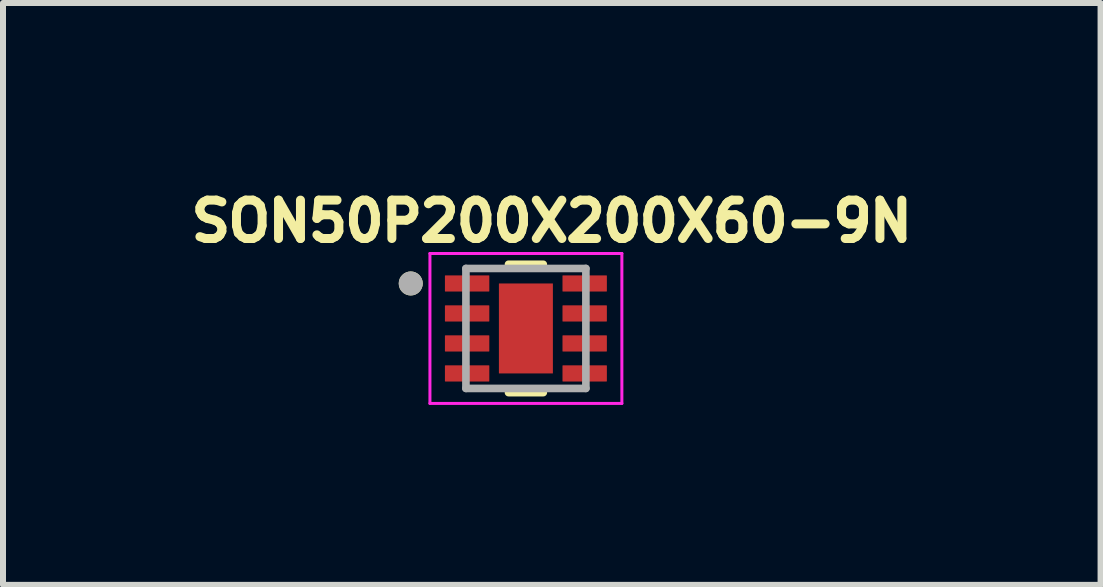
<source format=kicad_pcb>
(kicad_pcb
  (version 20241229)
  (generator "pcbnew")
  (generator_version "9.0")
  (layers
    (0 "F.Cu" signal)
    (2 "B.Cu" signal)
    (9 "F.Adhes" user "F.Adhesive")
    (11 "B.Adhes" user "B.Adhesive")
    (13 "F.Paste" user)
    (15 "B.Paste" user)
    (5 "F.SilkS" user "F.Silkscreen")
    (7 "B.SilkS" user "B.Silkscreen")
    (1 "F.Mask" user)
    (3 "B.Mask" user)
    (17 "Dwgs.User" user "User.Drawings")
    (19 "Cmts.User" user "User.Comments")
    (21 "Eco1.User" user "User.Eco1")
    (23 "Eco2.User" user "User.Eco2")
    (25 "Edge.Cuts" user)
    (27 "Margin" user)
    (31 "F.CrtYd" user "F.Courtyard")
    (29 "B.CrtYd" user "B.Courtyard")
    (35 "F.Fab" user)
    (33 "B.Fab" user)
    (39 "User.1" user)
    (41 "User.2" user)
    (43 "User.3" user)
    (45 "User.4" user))
  (footprint "SON50P200X200X60-9N"
    (layer "F.Cu")
    (at 5.718 2.426)
    (property "Reference" "SON50P200X200X60-9N" (at 0.432 -1.788 0) (layer "F.SilkS") (effects (font (size 0.64 0.64) (thickness 0.15))))
    (attr smd)
    (fp_poly (pts (xy -0.5 0.8) (xy -0.5 -0.8) (xy 0.5 -0.8) (xy 0.5 0.8)) (stroke (width 0.01) (type solid)) (fill yes) (layer "F.Mask"))
    (fp_poly (pts (xy -1.355 -0.935) (xy -0.605 -0.935) (xy -0.603 -0.935) (xy -0.6 -0.935) (xy -0.598 -0.934) (xy -0.596 -0.934) (xy -0.593 -0.933) (xy -0.591 -0.933) (xy -0.589 -0.932) (xy -0.587 -0.931) (xy -0.585 -0.93) (xy -0.583 -0.929) (xy -0.58 -0.928) (xy -0.579 -0.926) (xy -0.577 -0.925) (xy -0.575 -0.923) (xy -0.573 -0.922) (xy -0.572 -0.92) (xy -0.57 -0.918) (xy -0.569 -0.916) (xy -0.567 -0.915) (xy -0.566 -0.913) (xy -0.565 -0.91) (xy -0.564 -0.908) (xy -0.563 -0.906) (xy -0.562 -0.904) (xy -0.562 -0.902) (xy -0.561 -0.899) (xy -0.561 -0.897) (xy -0.56 -0.895) (xy -0.56 -0.892) (xy -0.56 -0.89) (xy -0.56 -0.61) (xy -0.56 -0.608) (xy -0.56 -0.605) (xy -0.561 -0.603) (xy -0.561 -0.601) (xy -0.562 -0.598) (xy -0.562 -0.596) (xy -0.563 -0.594) (xy -0.564 -0.592) (xy -0.565 -0.59) (xy -0.566 -0.587) (xy -0.567 -0.585) (xy -0.569 -0.584) (xy -0.57 -0.582) (xy -0.572 -0.58) (xy -0.573 -0.578) (xy -0.575 -0.577) (xy -0.577 -0.575) (xy -0.579 -0.574) (xy -0.58 -0.572) (xy -0.583 -0.571) (xy -0.585 -0.57) (xy -0.587 -0.569) (xy -0.589 -0.568) (xy -0.591 -0.567) (xy -0.593 -0.567) (xy -0.596 -0.566) (xy -0.598 -0.566) (xy -0.6 -0.565) (xy -0.603 -0.565) (xy -0.605 -0.565) (xy -1.355 -0.565) (xy -1.357 -0.565) (xy -1.36 -0.565) (xy -1.362 -0.566) (xy -1.364 -0.566) (xy -1.367 -0.567) (xy -1.369 -0.567) (xy -1.371 -0.568) (xy -1.373 -0.569) (xy -1.375 -0.57) (xy -1.377 -0.571) (xy -1.38 -0.572) (xy -1.381 -0.574) (xy -1.383 -0.575) (xy -1.385 -0.577) (xy -1.387 -0.578) (xy -1.388 -0.58) (xy -1.39 -0.582) (xy -1.391 -0.584) (xy -1.393 -0.585) (xy -1.394 -0.587) (xy -1.395 -0.59) (xy -1.396 -0.592) (xy -1.397 -0.594) (xy -1.398 -0.596) (xy -1.398 -0.598) (xy -1.399 -0.601) (xy -1.399 -0.603) (xy -1.4 -0.605) (xy -1.4 -0.608) (xy -1.4 -0.61) (xy -1.4 -0.89) (xy -1.4 -0.892) (xy -1.4 -0.895) (xy -1.399 -0.897) (xy -1.399 -0.899) (xy -1.398 -0.902) (xy -1.398 -0.904) (xy -1.397 -0.906) (xy -1.396 -0.908) (xy -1.395 -0.91) (xy -1.394 -0.913) (xy -1.393 -0.915) (xy -1.391 -0.916) (xy -1.39 -0.918) (xy -1.388 -0.92) (xy -1.387 -0.922) (xy -1.385 -0.923) (xy -1.383 -0.925) (xy -1.381 -0.926) (xy -1.38 -0.928) (xy -1.377 -0.929) (xy -1.375 -0.93) (xy -1.373 -0.931) (xy -1.371 -0.932) (xy -1.369 -0.933) (xy -1.367 -0.933) (xy -1.364 -0.934) (xy -1.362 -0.934) (xy -1.36 -0.935) (xy -1.357 -0.935) (xy -1.355 -0.935)) (stroke (width 0.01) (type solid)) (fill yes) (layer "F.Mask"))
    (fp_poly (pts (xy -1.355 -0.435) (xy -0.605 -0.435) (xy -0.603 -0.435) (xy -0.6 -0.435) (xy -0.598 -0.434) (xy -0.596 -0.434) (xy -0.593 -0.433) (xy -0.591 -0.433) (xy -0.589 -0.432) (xy -0.587 -0.431) (xy -0.585 -0.43) (xy -0.583 -0.429) (xy -0.58 -0.428) (xy -0.579 -0.426) (xy -0.577 -0.425) (xy -0.575 -0.423) (xy -0.573 -0.422) (xy -0.572 -0.42) (xy -0.57 -0.418) (xy -0.569 -0.416) (xy -0.567 -0.415) (xy -0.566 -0.412) (xy -0.565 -0.41) (xy -0.564 -0.408) (xy -0.563 -0.406) (xy -0.562 -0.404) (xy -0.562 -0.402) (xy -0.561 -0.399) (xy -0.561 -0.397) (xy -0.56 -0.395) (xy -0.56 -0.392) (xy -0.56 -0.39) (xy -0.56 -0.11) (xy -0.56 -0.108) (xy -0.56 -0.105) (xy -0.561 -0.103) (xy -0.561 -0.101) (xy -0.562 -0.098) (xy -0.562 -0.096) (xy -0.563 -0.094) (xy -0.564 -0.092) (xy -0.565 -0.09) (xy -0.566 -0.087) (xy -0.567 -0.085) (xy -0.569 -0.084) (xy -0.57 -0.082) (xy -0.572 -0.08) (xy -0.573 -0.078) (xy -0.575 -0.077) (xy -0.577 -0.075) (xy -0.579 -0.074) (xy -0.58 -0.072) (xy -0.583 -0.071) (xy -0.585 -0.07) (xy -0.587 -0.069) (xy -0.589 -0.068) (xy -0.591 -0.067) (xy -0.593 -0.067) (xy -0.596 -0.066) (xy -0.598 -0.066) (xy -0.6 -0.065) (xy -0.603 -0.065) (xy -0.605 -0.065) (xy -1.355 -0.065) (xy -1.357 -0.065) (xy -1.36 -0.065) (xy -1.362 -0.066) (xy -1.364 -0.066) (xy -1.367 -0.067) (xy -1.369 -0.067) (xy -1.371 -0.068) (xy -1.373 -0.069) (xy -1.375 -0.07) (xy -1.377 -0.071) (xy -1.38 -0.072) (xy -1.381 -0.074) (xy -1.383 -0.075) (xy -1.385 -0.077) (xy -1.387 -0.078) (xy -1.388 -0.08) (xy -1.39 -0.082) (xy -1.391 -0.084) (xy -1.393 -0.085) (xy -1.394 -0.087) (xy -1.395 -0.09) (xy -1.396 -0.092) (xy -1.397 -0.094) (xy -1.398 -0.096) (xy -1.398 -0.098) (xy -1.399 -0.101) (xy -1.399 -0.103) (xy -1.4 -0.105) (xy -1.4 -0.108) (xy -1.4 -0.11) (xy -1.4 -0.39) (xy -1.4 -0.392) (xy -1.4 -0.395) (xy -1.399 -0.397) (xy -1.399 -0.399) (xy -1.398 -0.402) (xy -1.398 -0.404) (xy -1.397 -0.406) (xy -1.396 -0.408) (xy -1.395 -0.41) (xy -1.394 -0.412) (xy -1.393 -0.415) (xy -1.391 -0.416) (xy -1.39 -0.418) (xy -1.388 -0.42) (xy -1.387 -0.422) (xy -1.385 -0.423) (xy -1.383 -0.425) (xy -1.381 -0.426) (xy -1.38 -0.428) (xy -1.377 -0.429) (xy -1.375 -0.43) (xy -1.373 -0.431) (xy -1.371 -0.432) (xy -1.369 -0.433) (xy -1.367 -0.433) (xy -1.364 -0.434) (xy -1.362 -0.434) (xy -1.36 -0.435) (xy -1.357 -0.435) (xy -1.355 -0.435)) (stroke (width 0.01) (type solid)) (fill yes) (layer "F.Mask"))
    (fp_poly (pts (xy -1.355 0.065) (xy -0.605 0.065) (xy -0.603 0.065) (xy -0.6 0.065) (xy -0.598 0.066) (xy -0.596 0.066) (xy -0.593 0.067) (xy -0.591 0.067) (xy -0.589 0.068) (xy -0.587 0.069) (xy -0.585 0.07) (xy -0.583 0.071) (xy -0.58 0.072) (xy -0.579 0.074) (xy -0.577 0.075) (xy -0.575 0.077) (xy -0.573 0.078) (xy -0.572 0.08) (xy -0.57 0.082) (xy -0.569 0.084) (xy -0.567 0.085) (xy -0.566 0.087) (xy -0.565 0.09) (xy -0.564 0.092) (xy -0.563 0.094) (xy -0.562 0.096) (xy -0.562 0.098) (xy -0.561 0.101) (xy -0.561 0.103) (xy -0.56 0.105) (xy -0.56 0.108) (xy -0.56 0.11) (xy -0.56 0.39) (xy -0.56 0.392) (xy -0.56 0.395) (xy -0.561 0.397) (xy -0.561 0.399) (xy -0.562 0.402) (xy -0.562 0.404) (xy -0.563 0.406) (xy -0.564 0.408) (xy -0.565 0.41) (xy -0.566 0.412) (xy -0.567 0.415) (xy -0.569 0.416) (xy -0.57 0.418) (xy -0.572 0.42) (xy -0.573 0.422) (xy -0.575 0.423) (xy -0.577 0.425) (xy -0.579 0.426) (xy -0.58 0.428) (xy -0.583 0.429) (xy -0.585 0.43) (xy -0.587 0.431) (xy -0.589 0.432) (xy -0.591 0.433) (xy -0.593 0.433) (xy -0.596 0.434) (xy -0.598 0.434) (xy -0.6 0.435) (xy -0.603 0.435) (xy -0.605 0.435) (xy -1.355 0.435) (xy -1.357 0.435) (xy -1.36 0.435) (xy -1.362 0.434) (xy -1.364 0.434) (xy -1.367 0.433) (xy -1.369 0.433) (xy -1.371 0.432) (xy -1.373 0.431) (xy -1.375 0.43) (xy -1.377 0.429) (xy -1.38 0.428) (xy -1.381 0.426) (xy -1.383 0.425) (xy -1.385 0.423) (xy -1.387 0.422) (xy -1.388 0.42) (xy -1.39 0.418) (xy -1.391 0.416) (xy -1.393 0.415) (xy -1.394 0.412) (xy -1.395 0.41) (xy -1.396 0.408) (xy -1.397 0.406) (xy -1.398 0.404) (xy -1.398 0.402) (xy -1.399 0.399) (xy -1.399 0.397) (xy -1.4 0.395) (xy -1.4 0.392) (xy -1.4 0.39) (xy -1.4 0.11) (xy -1.4 0.108) (xy -1.4 0.105) (xy -1.399 0.103) (xy -1.399 0.101) (xy -1.398 0.098) (xy -1.398 0.096) (xy -1.397 0.094) (xy -1.396 0.092) (xy -1.395 0.09) (xy -1.394 0.087) (xy -1.393 0.085) (xy -1.391 0.084) (xy -1.39 0.082) (xy -1.388 0.08) (xy -1.387 0.078) (xy -1.385 0.077) (xy -1.383 0.075) (xy -1.381 0.074) (xy -1.38 0.072) (xy -1.377 0.071) (xy -1.375 0.07) (xy -1.373 0.069) (xy -1.371 0.068) (xy -1.369 0.067) (xy -1.367 0.067) (xy -1.364 0.066) (xy -1.362 0.066) (xy -1.36 0.065) (xy -1.357 0.065) (xy -1.355 0.065)) (stroke (width 0.01) (type solid)) (fill yes) (layer "F.Mask"))
    (fp_poly (pts (xy -1.355 0.565) (xy -0.605 0.565) (xy -0.603 0.565) (xy -0.6 0.565) (xy -0.598 0.566) (xy -0.596 0.566) (xy -0.593 0.567) (xy -0.591 0.567) (xy -0.589 0.568) (xy -0.587 0.569) (xy -0.585 0.57) (xy -0.583 0.571) (xy -0.58 0.572) (xy -0.579 0.574) (xy -0.577 0.575) (xy -0.575 0.577) (xy -0.573 0.578) (xy -0.572 0.58) (xy -0.57 0.582) (xy -0.569 0.584) (xy -0.567 0.585) (xy -0.566 0.587) (xy -0.565 0.59) (xy -0.564 0.592) (xy -0.563 0.594) (xy -0.562 0.596) (xy -0.562 0.598) (xy -0.561 0.601) (xy -0.561 0.603) (xy -0.56 0.605) (xy -0.56 0.608) (xy -0.56 0.61) (xy -0.56 0.89) (xy -0.56 0.892) (xy -0.56 0.895) (xy -0.561 0.897) (xy -0.561 0.899) (xy -0.562 0.902) (xy -0.562 0.904) (xy -0.563 0.906) (xy -0.564 0.908) (xy -0.565 0.91) (xy -0.566 0.913) (xy -0.567 0.915) (xy -0.569 0.916) (xy -0.57 0.918) (xy -0.572 0.92) (xy -0.573 0.922) (xy -0.575 0.923) (xy -0.577 0.925) (xy -0.579 0.926) (xy -0.58 0.928) (xy -0.583 0.929) (xy -0.585 0.93) (xy -0.587 0.931) (xy -0.589 0.932) (xy -0.591 0.933) (xy -0.593 0.933) (xy -0.596 0.934) (xy -0.598 0.934) (xy -0.6 0.935) (xy -0.603 0.935) (xy -0.605 0.935) (xy -1.355 0.935) (xy -1.357 0.935) (xy -1.36 0.935) (xy -1.362 0.934) (xy -1.364 0.934) (xy -1.367 0.933) (xy -1.369 0.933) (xy -1.371 0.932) (xy -1.373 0.931) (xy -1.375 0.93) (xy -1.377 0.929) (xy -1.38 0.928) (xy -1.381 0.926) (xy -1.383 0.925) (xy -1.385 0.923) (xy -1.387 0.922) (xy -1.388 0.92) (xy -1.39 0.918) (xy -1.391 0.916) (xy -1.393 0.915) (xy -1.394 0.913) (xy -1.395 0.91) (xy -1.396 0.908) (xy -1.397 0.906) (xy -1.398 0.904) (xy -1.398 0.902) (xy -1.399 0.899) (xy -1.399 0.897) (xy -1.4 0.895) (xy -1.4 0.892) (xy -1.4 0.89) (xy -1.4 0.61) (xy -1.4 0.608) (xy -1.4 0.605) (xy -1.399 0.603) (xy -1.399 0.601) (xy -1.398 0.598) (xy -1.398 0.596) (xy -1.397 0.594) (xy -1.396 0.592) (xy -1.395 0.59) (xy -1.394 0.587) (xy -1.393 0.585) (xy -1.391 0.584) (xy -1.39 0.582) (xy -1.388 0.58) (xy -1.387 0.578) (xy -1.385 0.577) (xy -1.383 0.575) (xy -1.381 0.574) (xy -1.38 0.572) (xy -1.377 0.571) (xy -1.375 0.57) (xy -1.373 0.569) (xy -1.371 0.568) (xy -1.369 0.567) (xy -1.367 0.567) (xy -1.364 0.566) (xy -1.362 0.566) (xy -1.36 0.565) (xy -1.357 0.565) (xy -1.355 0.565)) (stroke (width 0.01) (type solid)) (fill yes) (layer "F.Mask"))
    (fp_poly (pts (xy 0.605 -0.935) (xy 1.355 -0.935) (xy 1.357 -0.935) (xy 1.36 -0.935) (xy 1.362 -0.934) (xy 1.364 -0.934) (xy 1.367 -0.933) (xy 1.369 -0.933) (xy 1.371 -0.932) (xy 1.373 -0.931) (xy 1.375 -0.93) (xy 1.377 -0.929) (xy 1.38 -0.928) (xy 1.381 -0.926) (xy 1.383 -0.925) (xy 1.385 -0.923) (xy 1.387 -0.922) (xy 1.388 -0.92) (xy 1.39 -0.918) (xy 1.391 -0.916) (xy 1.393 -0.915) (xy 1.394 -0.913) (xy 1.395 -0.91) (xy 1.396 -0.908) (xy 1.397 -0.906) (xy 1.398 -0.904) (xy 1.398 -0.902) (xy 1.399 -0.899) (xy 1.399 -0.897) (xy 1.4 -0.895) (xy 1.4 -0.892) (xy 1.4 -0.89) (xy 1.4 -0.61) (xy 1.4 -0.608) (xy 1.4 -0.605) (xy 1.399 -0.603) (xy 1.399 -0.601) (xy 1.398 -0.598) (xy 1.398 -0.596) (xy 1.397 -0.594) (xy 1.396 -0.592) (xy 1.395 -0.59) (xy 1.394 -0.587) (xy 1.393 -0.585) (xy 1.391 -0.584) (xy 1.39 -0.582) (xy 1.388 -0.58) (xy 1.387 -0.578) (xy 1.385 -0.577) (xy 1.383 -0.575) (xy 1.381 -0.574) (xy 1.38 -0.572) (xy 1.377 -0.571) (xy 1.375 -0.57) (xy 1.373 -0.569) (xy 1.371 -0.568) (xy 1.369 -0.567) (xy 1.367 -0.567) (xy 1.364 -0.566) (xy 1.362 -0.566) (xy 1.36 -0.565) (xy 1.357 -0.565) (xy 1.355 -0.565) (xy 0.605 -0.565) (xy 0.603 -0.565) (xy 0.6 -0.565) (xy 0.598 -0.566) (xy 0.596 -0.566) (xy 0.593 -0.567) (xy 0.591 -0.567) (xy 0.589 -0.568) (xy 0.587 -0.569) (xy 0.585 -0.57) (xy 0.583 -0.571) (xy 0.58 -0.572) (xy 0.579 -0.574) (xy 0.577 -0.575) (xy 0.575 -0.577) (xy 0.573 -0.578) (xy 0.572 -0.58) (xy 0.57 -0.582) (xy 0.569 -0.584) (xy 0.567 -0.585) (xy 0.566 -0.587) (xy 0.565 -0.59) (xy 0.564 -0.592) (xy 0.563 -0.594) (xy 0.562 -0.596) (xy 0.562 -0.598) (xy 0.561 -0.601) (xy 0.561 -0.603) (xy 0.56 -0.605) (xy 0.56 -0.608) (xy 0.56 -0.61) (xy 0.56 -0.89) (xy 0.56 -0.892) (xy 0.56 -0.895) (xy 0.561 -0.897) (xy 0.561 -0.899) (xy 0.562 -0.902) (xy 0.562 -0.904) (xy 0.563 -0.906) (xy 0.564 -0.908) (xy 0.565 -0.91) (xy 0.566 -0.913) (xy 0.567 -0.915) (xy 0.569 -0.916) (xy 0.57 -0.918) (xy 0.572 -0.92) (xy 0.573 -0.922) (xy 0.575 -0.923) (xy 0.577 -0.925) (xy 0.579 -0.926) (xy 0.58 -0.928) (xy 0.583 -0.929) (xy 0.585 -0.93) (xy 0.587 -0.931) (xy 0.589 -0.932) (xy 0.591 -0.933) (xy 0.593 -0.933) (xy 0.596 -0.934) (xy 0.598 -0.934) (xy 0.6 -0.935) (xy 0.603 -0.935) (xy 0.605 -0.935)) (stroke (width 0.01) (type solid)) (fill yes) (layer "F.Mask"))
    (fp_poly (pts (xy 0.605 -0.435) (xy 1.355 -0.435) (xy 1.357 -0.435) (xy 1.36 -0.435) (xy 1.362 -0.434) (xy 1.364 -0.434) (xy 1.367 -0.433) (xy 1.369 -0.433) (xy 1.371 -0.432) (xy 1.373 -0.431) (xy 1.375 -0.43) (xy 1.377 -0.429) (xy 1.38 -0.428) (xy 1.381 -0.426) (xy 1.383 -0.425) (xy 1.385 -0.423) (xy 1.387 -0.422) (xy 1.388 -0.42) (xy 1.39 -0.418) (xy 1.391 -0.416) (xy 1.393 -0.415) (xy 1.394 -0.412) (xy 1.395 -0.41) (xy 1.396 -0.408) (xy 1.397 -0.406) (xy 1.398 -0.404) (xy 1.398 -0.402) (xy 1.399 -0.399) (xy 1.399 -0.397) (xy 1.4 -0.395) (xy 1.4 -0.392) (xy 1.4 -0.39) (xy 1.4 -0.11) (xy 1.4 -0.108) (xy 1.4 -0.105) (xy 1.399 -0.103) (xy 1.399 -0.101) (xy 1.398 -0.098) (xy 1.398 -0.096) (xy 1.397 -0.094) (xy 1.396 -0.092) (xy 1.395 -0.09) (xy 1.394 -0.087) (xy 1.393 -0.085) (xy 1.391 -0.084) (xy 1.39 -0.082) (xy 1.388 -0.08) (xy 1.387 -0.078) (xy 1.385 -0.077) (xy 1.383 -0.075) (xy 1.381 -0.074) (xy 1.38 -0.072) (xy 1.377 -0.071) (xy 1.375 -0.07) (xy 1.373 -0.069) (xy 1.371 -0.068) (xy 1.369 -0.067) (xy 1.367 -0.067) (xy 1.364 -0.066) (xy 1.362 -0.066) (xy 1.36 -0.065) (xy 1.357 -0.065) (xy 1.355 -0.065) (xy 0.605 -0.065) (xy 0.603 -0.065) (xy 0.6 -0.065) (xy 0.598 -0.066) (xy 0.596 -0.066) (xy 0.593 -0.067) (xy 0.591 -0.067) (xy 0.589 -0.068) (xy 0.587 -0.069) (xy 0.585 -0.07) (xy 0.583 -0.071) (xy 0.58 -0.072) (xy 0.579 -0.074) (xy 0.577 -0.075) (xy 0.575 -0.077) (xy 0.573 -0.078) (xy 0.572 -0.08) (xy 0.57 -0.082) (xy 0.569 -0.084) (xy 0.567 -0.085) (xy 0.566 -0.087) (xy 0.565 -0.09) (xy 0.564 -0.092) (xy 0.563 -0.094) (xy 0.562 -0.096) (xy 0.562 -0.098) (xy 0.561 -0.101) (xy 0.561 -0.103) (xy 0.56 -0.105) (xy 0.56 -0.108) (xy 0.56 -0.11) (xy 0.56 -0.39) (xy 0.56 -0.392) (xy 0.56 -0.395) (xy 0.561 -0.397) (xy 0.561 -0.399) (xy 0.562 -0.402) (xy 0.562 -0.404) (xy 0.563 -0.406) (xy 0.564 -0.408) (xy 0.565 -0.41) (xy 0.566 -0.412) (xy 0.567 -0.415) (xy 0.569 -0.416) (xy 0.57 -0.418) (xy 0.572 -0.42) (xy 0.573 -0.422) (xy 0.575 -0.423) (xy 0.577 -0.425) (xy 0.579 -0.426) (xy 0.58 -0.428) (xy 0.583 -0.429) (xy 0.585 -0.43) (xy 0.587 -0.431) (xy 0.589 -0.432) (xy 0.591 -0.433) (xy 0.593 -0.433) (xy 0.596 -0.434) (xy 0.598 -0.434) (xy 0.6 -0.435) (xy 0.603 -0.435) (xy 0.605 -0.435)) (stroke (width 0.01) (type solid)) (fill yes) (layer "F.Mask"))
    (fp_poly (pts (xy 0.605 0.065) (xy 1.355 0.065) (xy 1.357 0.065) (xy 1.36 0.065) (xy 1.362 0.066) (xy 1.364 0.066) (xy 1.367 0.067) (xy 1.369 0.067) (xy 1.371 0.068) (xy 1.373 0.069) (xy 1.375 0.07) (xy 1.377 0.071) (xy 1.38 0.072) (xy 1.381 0.074) (xy 1.383 0.075) (xy 1.385 0.077) (xy 1.387 0.078) (xy 1.388 0.08) (xy 1.39 0.082) (xy 1.391 0.084) (xy 1.393 0.085) (xy 1.394 0.087) (xy 1.395 0.09) (xy 1.396 0.092) (xy 1.397 0.094) (xy 1.398 0.096) (xy 1.398 0.098) (xy 1.399 0.101) (xy 1.399 0.103) (xy 1.4 0.105) (xy 1.4 0.108) (xy 1.4 0.11) (xy 1.4 0.39) (xy 1.4 0.392) (xy 1.4 0.395) (xy 1.399 0.397) (xy 1.399 0.399) (xy 1.398 0.402) (xy 1.398 0.404) (xy 1.397 0.406) (xy 1.396 0.408) (xy 1.395 0.41) (xy 1.394 0.412) (xy 1.393 0.415) (xy 1.391 0.416) (xy 1.39 0.418) (xy 1.388 0.42) (xy 1.387 0.422) (xy 1.385 0.423) (xy 1.383 0.425) (xy 1.381 0.426) (xy 1.38 0.428) (xy 1.377 0.429) (xy 1.375 0.43) (xy 1.373 0.431) (xy 1.371 0.432) (xy 1.369 0.433) (xy 1.367 0.433) (xy 1.364 0.434) (xy 1.362 0.434) (xy 1.36 0.435) (xy 1.357 0.435) (xy 1.355 0.435) (xy 0.605 0.435) (xy 0.603 0.435) (xy 0.6 0.435) (xy 0.598 0.434) (xy 0.596 0.434) (xy 0.593 0.433) (xy 0.591 0.433) (xy 0.589 0.432) (xy 0.587 0.431) (xy 0.585 0.43) (xy 0.583 0.429) (xy 0.58 0.428) (xy 0.579 0.426) (xy 0.577 0.425) (xy 0.575 0.423) (xy 0.573 0.422) (xy 0.572 0.42) (xy 0.57 0.418) (xy 0.569 0.416) (xy 0.567 0.415) (xy 0.566 0.412) (xy 0.565 0.41) (xy 0.564 0.408) (xy 0.563 0.406) (xy 0.562 0.404) (xy 0.562 0.402) (xy 0.561 0.399) (xy 0.561 0.397) (xy 0.56 0.395) (xy 0.56 0.392) (xy 0.56 0.39) (xy 0.56 0.11) (xy 0.56 0.108) (xy 0.56 0.105) (xy 0.561 0.103) (xy 0.561 0.101) (xy 0.562 0.098) (xy 0.562 0.096) (xy 0.563 0.094) (xy 0.564 0.092) (xy 0.565 0.09) (xy 0.566 0.087) (xy 0.567 0.085) (xy 0.569 0.084) (xy 0.57 0.082) (xy 0.572 0.08) (xy 0.573 0.078) (xy 0.575 0.077) (xy 0.577 0.075) (xy 0.579 0.074) (xy 0.58 0.072) (xy 0.583 0.071) (xy 0.585 0.07) (xy 0.587 0.069) (xy 0.589 0.068) (xy 0.591 0.067) (xy 0.593 0.067) (xy 0.596 0.066) (xy 0.598 0.066) (xy 0.6 0.065) (xy 0.603 0.065) (xy 0.605 0.065)) (stroke (width 0.01) (type solid)) (fill yes) (layer "F.Mask"))
    (fp_poly (pts (xy 0.605 0.565) (xy 1.355 0.565) (xy 1.357 0.565) (xy 1.36 0.565) (xy 1.362 0.566) (xy 1.364 0.566) (xy 1.367 0.567) (xy 1.369 0.567) (xy 1.371 0.568) (xy 1.373 0.569) (xy 1.375 0.57) (xy 1.377 0.571) (xy 1.38 0.572) (xy 1.381 0.574) (xy 1.383 0.575) (xy 1.385 0.577) (xy 1.387 0.578) (xy 1.388 0.58) (xy 1.39 0.582) (xy 1.391 0.584) (xy 1.393 0.585) (xy 1.394 0.587) (xy 1.395 0.59) (xy 1.396 0.592) (xy 1.397 0.594) (xy 1.398 0.596) (xy 1.398 0.598) (xy 1.399 0.601) (xy 1.399 0.603) (xy 1.4 0.605) (xy 1.4 0.608) (xy 1.4 0.61) (xy 1.4 0.89) (xy 1.4 0.892) (xy 1.4 0.895) (xy 1.399 0.897) (xy 1.399 0.899) (xy 1.398 0.902) (xy 1.398 0.904) (xy 1.397 0.906) (xy 1.396 0.908) (xy 1.395 0.91) (xy 1.394 0.913) (xy 1.393 0.915) (xy 1.391 0.916) (xy 1.39 0.918) (xy 1.388 0.92) (xy 1.387 0.922) (xy 1.385 0.923) (xy 1.383 0.925) (xy 1.381 0.926) (xy 1.38 0.928) (xy 1.377 0.929) (xy 1.375 0.93) (xy 1.373 0.931) (xy 1.371 0.932) (xy 1.369 0.933) (xy 1.367 0.933) (xy 1.364 0.934) (xy 1.362 0.934) (xy 1.36 0.935) (xy 1.357 0.935) (xy 1.355 0.935) (xy 0.605 0.935) (xy 0.603 0.935) (xy 0.6 0.935) (xy 0.598 0.934) (xy 0.596 0.934) (xy 0.593 0.933) (xy 0.591 0.933) (xy 0.589 0.932) (xy 0.587 0.931) (xy 0.585 0.93) (xy 0.583 0.929) (xy 0.58 0.928) (xy 0.579 0.926) (xy 0.577 0.925) (xy 0.575 0.923) (xy 0.573 0.922) (xy 0.572 0.92) (xy 0.57 0.918) (xy 0.569 0.916) (xy 0.567 0.915) (xy 0.566 0.913) (xy 0.565 0.91) (xy 0.564 0.908) (xy 0.563 0.906) (xy 0.562 0.904) (xy 0.562 0.902) (xy 0.561 0.899) (xy 0.561 0.897) (xy 0.56 0.895) (xy 0.56 0.892) (xy 0.56 0.89) (xy 0.56 0.61) (xy 0.56 0.608) (xy 0.56 0.605) (xy 0.561 0.603) (xy 0.561 0.601) (xy 0.562 0.598) (xy 0.562 0.596) (xy 0.563 0.594) (xy 0.564 0.592) (xy 0.565 0.59) (xy 0.566 0.587) (xy 0.567 0.585) (xy 0.569 0.584) (xy 0.57 0.582) (xy 0.572 0.58) (xy 0.573 0.578) (xy 0.575 0.577) (xy 0.577 0.575) (xy 0.579 0.574) (xy 0.58 0.572) (xy 0.583 0.571) (xy 0.585 0.57) (xy 0.587 0.569) (xy 0.589 0.568) (xy 0.591 0.567) (xy 0.593 0.567) (xy 0.596 0.566) (xy 0.598 0.566) (xy 0.6 0.565) (xy 0.603 0.565) (xy 0.605 0.565)) (stroke (width 0.01) (type solid)) (fill yes) (layer "F.Mask"))
    (fp_line (start -0.29 -1.07) (end 0.29 -1.07) (stroke (width 0.127) (type solid)) (layer "F.SilkS"))
    (fp_line (start -0.29 1.07) (end 0.29 1.07) (stroke (width 0.127) (type solid)) (layer "F.SilkS"))
    (fp_circle (center -1.92 -0.75) (end -1.82 -0.75) (stroke (width 0.2) (type solid)) (fill no) (layer "F.SilkS"))
    (fp_poly (pts (xy -0.28 -0.47) (xy 0.28 -0.47) (xy 0.28 0.47) (xy -0.28 0.47)) (stroke (width 0.01) (type solid)) (fill yes) (layer "F.Paste"))
    (fp_line (start -1.6 -1.25) (end -1.6 1.25) (stroke (width 0.05) (type solid)) (layer "F.CrtYd"))
    (fp_line (start -1.6 -1.25) (end 1.6 -1.25) (stroke (width 0.05) (type solid)) (layer "F.CrtYd"))
    (fp_line (start -1.6 1.25) (end 1.6 1.25) (stroke (width 0.05) (type solid)) (layer "F.CrtYd"))
    (fp_line (start 1.6 -1.25) (end 1.6 1.25) (stroke (width 0.05) (type solid)) (layer "F.CrtYd"))
    (fp_line (start -1 -1) (end -1 1) (stroke (width 0.127) (type solid)) (layer "F.Fab"))
    (fp_line (start -1 -1) (end 1 -1) (stroke (width 0.127) (type solid)) (layer "F.Fab"))
    (fp_line (start -1 1) (end 1 1) (stroke (width 0.127) (type solid)) (layer "F.Fab"))
    (fp_line (start 1 -1) (end 1 1) (stroke (width 0.127) (type solid)) (layer "F.Fab"))
    (fp_circle (center -1.92 -0.75) (end -1.82 -0.75) (stroke (width 0.2) (type solid)) (fill no) (layer "F.Fab"))
    (pad "1" smd roundrect (at -0.98 -0.75) (size 0.74 0.27) (layers "F.Cu" "F.Paste") (roundrect_rratio 0.03))
    (pad "2" smd roundrect (at -0.98 -0.25) (size 0.74 0.27) (layers "F.Cu" "F.Paste") (roundrect_rratio 0.03))
    (pad "3" smd roundrect (at -0.98 0.25) (size 0.74 0.27) (layers "F.Cu" "F.Paste") (roundrect_rratio 0.03))
    (pad "4" smd roundrect (at -0.98 0.75) (size 0.74 0.27) (layers "F.Cu" "F.Paste") (roundrect_rratio 0.03))
    (pad "5" smd roundrect (at 0.98 0.75) (size 0.74 0.27) (layers "F.Cu" "F.Paste") (roundrect_rratio 0.03))
    (pad "6" smd roundrect (at 0.98 0.25) (size 0.74 0.27) (layers "F.Cu" "F.Paste") (roundrect_rratio 0.03))
    (pad "7" smd roundrect (at 0.98 -0.25) (size 0.74 0.27) (layers "F.Cu" "F.Paste") (roundrect_rratio 0.03))
    (pad "8" smd roundrect (at 0.98 -0.75) (size 0.74 0.27) (layers "F.Cu" "F.Paste") (roundrect_rratio 0.03))
    (pad "9" smd rect (at 0 0) (size 0.9 1.5) (layers "F.Cu")))
  (gr_rect
    (start -3 -3)
    (end 15.299 6.701)
    (stroke (width 0.1) (type default))
    (fill no)
    (layer "Edge.Cuts")))
</source>
